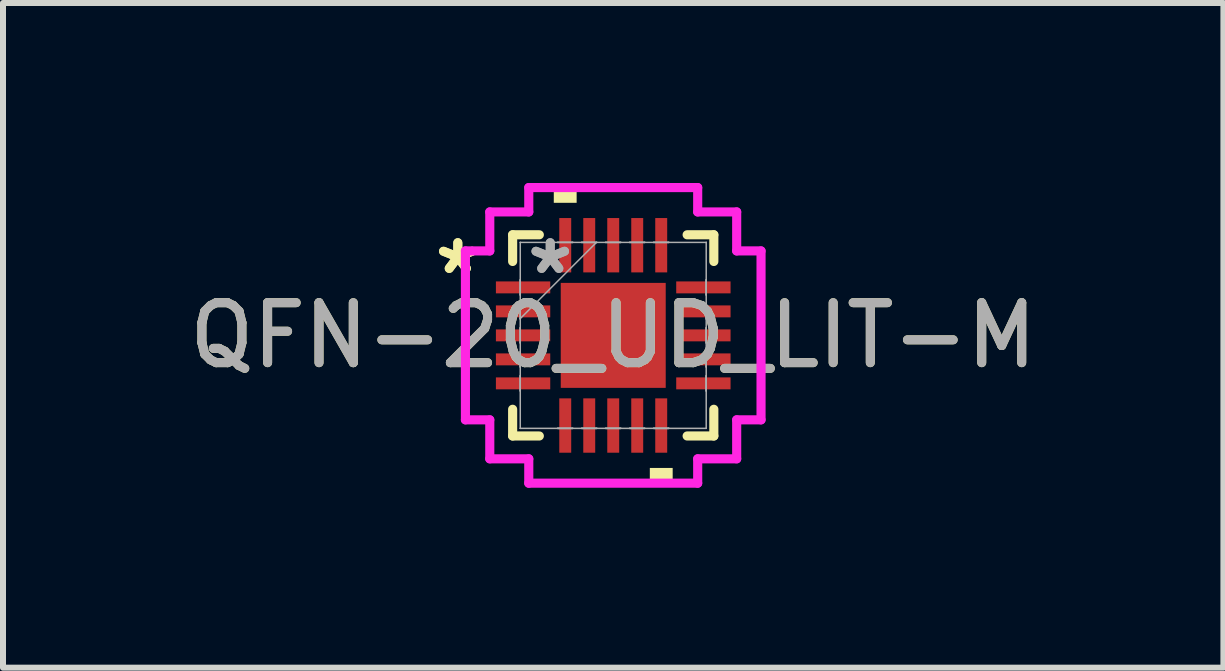
<source format=kicad_pcb>
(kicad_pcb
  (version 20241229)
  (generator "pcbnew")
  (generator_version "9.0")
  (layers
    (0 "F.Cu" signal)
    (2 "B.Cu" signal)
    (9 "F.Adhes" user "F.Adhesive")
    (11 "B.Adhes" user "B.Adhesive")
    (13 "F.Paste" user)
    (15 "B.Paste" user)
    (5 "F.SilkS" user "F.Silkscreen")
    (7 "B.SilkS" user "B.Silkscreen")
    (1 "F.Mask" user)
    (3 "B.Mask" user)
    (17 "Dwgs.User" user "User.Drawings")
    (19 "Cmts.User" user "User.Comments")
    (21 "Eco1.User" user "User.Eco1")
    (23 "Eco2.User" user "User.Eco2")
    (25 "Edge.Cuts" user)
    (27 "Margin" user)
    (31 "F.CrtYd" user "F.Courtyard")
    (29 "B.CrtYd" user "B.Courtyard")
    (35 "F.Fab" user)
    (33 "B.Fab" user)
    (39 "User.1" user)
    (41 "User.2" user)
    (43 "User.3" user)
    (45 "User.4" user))
  (footprint "QFN-20_UD_LIT-M"
    (layer "F.Cu")
    (at 7.173 2.541)
    (property "Reference" "QFN-20_UD_LIT-M" (at 0 0 0) (unlocked yes) (layer "F.SilkS") (effects (font (size 1 1) (thickness 0.15))))
    (attr smd)
    (fp_line (start -1.677 -1.677) (end -1.677 -1.232) (stroke (width 0.152) (type solid)) (layer "F.SilkS"))
    (fp_line (start -1.677 1.232) (end -1.677 1.677) (stroke (width 0.152) (type solid)) (layer "F.SilkS"))
    (fp_line (start -1.677 1.677) (end -1.232 1.677) (stroke (width 0.152) (type solid)) (layer "F.SilkS"))
    (fp_line (start -1.232 -1.677) (end -1.677 -1.677) (stroke (width 0.152) (type solid)) (layer "F.SilkS"))
    (fp_line (start 1.232 1.677) (end 1.677 1.677) (stroke (width 0.152) (type solid)) (layer "F.SilkS"))
    (fp_line (start 1.677 -1.677) (end 1.232 -1.677) (stroke (width 0.152) (type solid)) (layer "F.SilkS"))
    (fp_line (start 1.677 -1.232) (end 1.677 -1.677) (stroke (width 0.152) (type solid)) (layer "F.SilkS"))
    (fp_line (start 1.677 1.677) (end 1.677 1.232) (stroke (width 0.152) (type solid)) (layer "F.SilkS"))
    (fp_poly (pts (xy -0.991 -2.21) (xy -0.991 -2.464) (xy -0.61 -2.464) (xy -0.61 -2.21)) (stroke (width 0) (type solid)) (fill yes) (layer "F.SilkS"))
    (fp_poly (pts (xy 0.61 2.21) (xy 0.61 2.464) (xy 0.991 2.464) (xy 0.991 2.21)) (stroke (width 0) (type solid)) (fill yes) (layer "F.SilkS"))
    (fp_line (start -2.464 -1.408) (end -2.058 -1.408) (stroke (width 0.152) (type solid)) (layer "F.CrtYd"))
    (fp_line (start -2.464 1.408) (end -2.464 -1.408) (stroke (width 0.152) (type solid)) (layer "F.CrtYd"))
    (fp_line (start -2.058 -2.058) (end -1.408 -2.058) (stroke (width 0.152) (type solid)) (layer "F.CrtYd"))
    (fp_line (start -2.058 -1.408) (end -2.058 -2.058) (stroke (width 0.152) (type solid)) (layer "F.CrtYd"))
    (fp_line (start -2.058 1.408) (end -2.464 1.408) (stroke (width 0.152) (type solid)) (layer "F.CrtYd"))
    (fp_line (start -2.058 2.058) (end -2.058 1.408) (stroke (width 0.152) (type solid)) (layer "F.CrtYd"))
    (fp_line (start -1.408 -2.464) (end 1.408 -2.464) (stroke (width 0.152) (type solid)) (layer "F.CrtYd"))
    (fp_line (start -1.408 -2.058) (end -1.408 -2.464) (stroke (width 0.152) (type solid)) (layer "F.CrtYd"))
    (fp_line (start -1.408 2.058) (end -2.058 2.058) (stroke (width 0.152) (type solid)) (layer "F.CrtYd"))
    (fp_line (start -1.408 2.464) (end -1.408 2.058) (stroke (width 0.152) (type solid)) (layer "F.CrtYd"))
    (fp_line (start 1.408 -2.464) (end 1.408 -2.058) (stroke (width 0.152) (type solid)) (layer "F.CrtYd"))
    (fp_line (start 1.408 -2.058) (end 2.058 -2.058) (stroke (width 0.152) (type solid)) (layer "F.CrtYd"))
    (fp_line (start 1.408 2.058) (end 1.408 2.464) (stroke (width 0.152) (type solid)) (layer "F.CrtYd"))
    (fp_line (start 1.408 2.464) (end -1.408 2.464) (stroke (width 0.152) (type solid)) (layer "F.CrtYd"))
    (fp_line (start 2.058 -2.058) (end 2.058 -1.408) (stroke (width 0.152) (type solid)) (layer "F.CrtYd"))
    (fp_line (start 2.058 -1.408) (end 2.464 -1.408) (stroke (width 0.152) (type solid)) (layer "F.CrtYd"))
    (fp_line (start 2.058 1.408) (end 2.058 2.058) (stroke (width 0.152) (type solid)) (layer "F.CrtYd"))
    (fp_line (start 2.058 2.058) (end 1.408 2.058) (stroke (width 0.152) (type solid)) (layer "F.CrtYd"))
    (fp_line (start 2.464 -1.408) (end 2.464 1.408) (stroke (width 0.152) (type solid)) (layer "F.CrtYd"))
    (fp_line (start 2.464 1.408) (end 2.058 1.408) (stroke (width 0.152) (type solid)) (layer "F.CrtYd"))
    (fp_line (start -1.55 -1.55) (end -1.55 -1.55) (stroke (width 0.025) (type solid)) (layer "F.Fab"))
    (fp_line (start -1.55 -1.55) (end -1.55 1.55) (stroke (width 0.025) (type solid)) (layer "F.Fab"))
    (fp_line (start -1.55 -0.925) (end -1.55 -0.925) (stroke (width 0.025) (type solid)) (layer "F.Fab"))
    (fp_line (start -1.55 -0.925) (end -1.55 -0.675) (stroke (width 0.025) (type solid)) (layer "F.Fab"))
    (fp_line (start -1.55 -0.675) (end -1.55 -0.925) (stroke (width 0.025) (type solid)) (layer "F.Fab"))
    (fp_line (start -1.55 -0.675) (end -1.55 -0.675) (stroke (width 0.025) (type solid)) (layer "F.Fab"))
    (fp_line (start -1.55 -0.525) (end -1.55 -0.525) (stroke (width 0.025) (type solid)) (layer "F.Fab"))
    (fp_line (start -1.55 -0.525) (end -1.55 -0.275) (stroke (width 0.025) (type solid)) (layer "F.Fab"))
    (fp_line (start -1.55 -0.28) (end -0.28 -1.55) (stroke (width 0.025) (type solid)) (layer "F.Fab"))
    (fp_line (start -1.55 -0.275) (end -1.55 -0.525) (stroke (width 0.025) (type solid)) (layer "F.Fab"))
    (fp_line (start -1.55 -0.275) (end -1.55 -0.275) (stroke (width 0.025) (type solid)) (layer "F.Fab"))
    (fp_line (start -1.55 -0.125) (end -1.55 -0.125) (stroke (width 0.025) (type solid)) (layer "F.Fab"))
    (fp_line (start -1.55 -0.125) (end -1.55 0.125) (stroke (width 0.025) (type solid)) (layer "F.Fab"))
    (fp_line (start -1.55 0.125) (end -1.55 -0.125) (stroke (width 0.025) (type solid)) (layer "F.Fab"))
    (fp_line (start -1.55 0.125) (end -1.55 0.125) (stroke (width 0.025) (type solid)) (layer "F.Fab"))
    (fp_line (start -1.55 0.275) (end -1.55 0.275) (stroke (width 0.025) (type solid)) (layer "F.Fab"))
    (fp_line (start -1.55 0.275) (end -1.55 0.525) (stroke (width 0.025) (type solid)) (layer "F.Fab"))
    (fp_line (start -1.55 0.525) (end -1.55 0.275) (stroke (width 0.025) (type solid)) (layer "F.Fab"))
    (fp_line (start -1.55 0.525) (end -1.55 0.525) (stroke (width 0.025) (type solid)) (layer "F.Fab"))
    (fp_line (start -1.55 0.675) (end -1.55 0.675) (stroke (width 0.025) (type solid)) (layer "F.Fab"))
    (fp_line (start -1.55 0.675) (end -1.55 0.925) (stroke (width 0.025) (type solid)) (layer "F.Fab"))
    (fp_line (start -1.55 0.925) (end -1.55 0.675) (stroke (width 0.025) (type solid)) (layer "F.Fab"))
    (fp_line (start -1.55 0.925) (end -1.55 0.925) (stroke (width 0.025) (type solid)) (layer "F.Fab"))
    (fp_line (start -1.55 1.55) (end -1.55 1.55) (stroke (width 0.025) (type solid)) (layer "F.Fab"))
    (fp_line (start -1.55 1.55) (end 1.55 1.55) (stroke (width 0.025) (type solid)) (layer "F.Fab"))
    (fp_line (start -0.925 -1.55) (end -0.925 -1.55) (stroke (width 0.025) (type solid)) (layer "F.Fab"))
    (fp_line (start -0.925 -1.55) (end -0.675 -1.55) (stroke (width 0.025) (type solid)) (layer "F.Fab"))
    (fp_line (start -0.925 1.55) (end -0.925 1.55) (stroke (width 0.025) (type solid)) (layer "F.Fab"))
    (fp_line (start -0.925 1.55) (end -0.675 1.55) (stroke (width 0.025) (type solid)) (layer "F.Fab"))
    (fp_line (start -0.675 -1.55) (end -0.925 -1.55) (stroke (width 0.025) (type solid)) (layer "F.Fab"))
    (fp_line (start -0.675 -1.55) (end -0.675 -1.55) (stroke (width 0.025) (type solid)) (layer "F.Fab"))
    (fp_line (start -0.675 1.55) (end -0.925 1.55) (stroke (width 0.025) (type solid)) (layer "F.Fab"))
    (fp_line (start -0.675 1.55) (end -0.675 1.55) (stroke (width 0.025) (type solid)) (layer "F.Fab"))
    (fp_line (start -0.525 -1.55) (end -0.525 -1.55) (stroke (width 0.025) (type solid)) (layer "F.Fab"))
    (fp_line (start -0.525 -1.55) (end -0.275 -1.55) (stroke (width 0.025) (type solid)) (layer "F.Fab"))
    (fp_line (start -0.525 1.55) (end -0.525 1.55) (stroke (width 0.025) (type solid)) (layer "F.Fab"))
    (fp_line (start -0.525 1.55) (end -0.275 1.55) (stroke (width 0.025) (type solid)) (layer "F.Fab"))
    (fp_line (start -0.275 -1.55) (end -0.525 -1.55) (stroke (width 0.025) (type solid)) (layer "F.Fab"))
    (fp_line (start -0.275 -1.55) (end -0.275 -1.55) (stroke (width 0.025) (type solid)) (layer "F.Fab"))
    (fp_line (start -0.275 1.55) (end -0.525 1.55) (stroke (width 0.025) (type solid)) (layer "F.Fab"))
    (fp_line (start -0.275 1.55) (end -0.275 1.55) (stroke (width 0.025) (type solid)) (layer "F.Fab"))
    (fp_line (start -0.125 -1.55) (end -0.125 -1.55) (stroke (width 0.025) (type solid)) (layer "F.Fab"))
    (fp_line (start -0.125 -1.55) (end 0.125 -1.55) (stroke (width 0.025) (type solid)) (layer "F.Fab"))
    (fp_line (start -0.125 1.55) (end -0.125 1.55) (stroke (width 0.025) (type solid)) (layer "F.Fab"))
    (fp_line (start -0.125 1.55) (end 0.125 1.55) (stroke (width 0.025) (type solid)) (layer "F.Fab"))
    (fp_line (start 0.125 -1.55) (end -0.125 -1.55) (stroke (width 0.025) (type solid)) (layer "F.Fab"))
    (fp_line (start 0.125 -1.55) (end 0.125 -1.55) (stroke (width 0.025) (type solid)) (layer "F.Fab"))
    (fp_line (start 0.125 1.55) (end -0.125 1.55) (stroke (width 0.025) (type solid)) (layer "F.Fab"))
    (fp_line (start 0.125 1.55) (end 0.125 1.55) (stroke (width 0.025) (type solid)) (layer "F.Fab"))
    (fp_line (start 0.275 -1.55) (end 0.275 -1.55) (stroke (width 0.025) (type solid)) (layer "F.Fab"))
    (fp_line (start 0.275 -1.55) (end 0.525 -1.55) (stroke (width 0.025) (type solid)) (layer "F.Fab"))
    (fp_line (start 0.275 1.55) (end 0.275 1.55) (stroke (width 0.025) (type solid)) (layer "F.Fab"))
    (fp_line (start 0.275 1.55) (end 0.525 1.55) (stroke (width 0.025) (type solid)) (layer "F.Fab"))
    (fp_line (start 0.525 -1.55) (end 0.275 -1.55) (stroke (width 0.025) (type solid)) (layer "F.Fab"))
    (fp_line (start 0.525 -1.55) (end 0.525 -1.55) (stroke (width 0.025) (type solid)) (layer "F.Fab"))
    (fp_line (start 0.525 1.55) (end 0.275 1.55) (stroke (width 0.025) (type solid)) (layer "F.Fab"))
    (fp_line (start 0.525 1.55) (end 0.525 1.55) (stroke (width 0.025) (type solid)) (layer "F.Fab"))
    (fp_line (start 0.675 -1.55) (end 0.675 -1.55) (stroke (width 0.025) (type solid)) (layer "F.Fab"))
    (fp_line (start 0.675 -1.55) (end 0.925 -1.55) (stroke (width 0.025) (type solid)) (layer "F.Fab"))
    (fp_line (start 0.675 1.55) (end 0.675 1.55) (stroke (width 0.025) (type solid)) (layer "F.Fab"))
    (fp_line (start 0.675 1.55) (end 0.925 1.55) (stroke (width 0.025) (type solid)) (layer "F.Fab"))
    (fp_line (start 0.925 -1.55) (end 0.675 -1.55) (stroke (width 0.025) (type solid)) (layer "F.Fab"))
    (fp_line (start 0.925 -1.55) (end 0.925 -1.55) (stroke (width 0.025) (type solid)) (layer "F.Fab"))
    (fp_line (start 0.925 1.55) (end 0.675 1.55) (stroke (width 0.025) (type solid)) (layer "F.Fab"))
    (fp_line (start 0.925 1.55) (end 0.925 1.55) (stroke (width 0.025) (type solid)) (layer "F.Fab"))
    (fp_line (start 1.55 -1.55) (end -1.55 -1.55) (stroke (width 0.025) (type solid)) (layer "F.Fab"))
    (fp_line (start 1.55 -1.55) (end 1.55 -1.55) (stroke (width 0.025) (type solid)) (layer "F.Fab"))
    (fp_line (start 1.55 -0.925) (end 1.55 -0.925) (stroke (width 0.025) (type solid)) (layer "F.Fab"))
    (fp_line (start 1.55 -0.925) (end 1.55 -0.675) (stroke (width 0.025) (type solid)) (layer "F.Fab"))
    (fp_line (start 1.55 -0.675) (end 1.55 -0.925) (stroke (width 0.025) (type solid)) (layer "F.Fab"))
    (fp_line (start 1.55 -0.675) (end 1.55 -0.675) (stroke (width 0.025) (type solid)) (layer "F.Fab"))
    (fp_line (start 1.55 -0.525) (end 1.55 -0.525) (stroke (width 0.025) (type solid)) (layer "F.Fab"))
    (fp_line (start 1.55 -0.525) (end 1.55 -0.275) (stroke (width 0.025) (type solid)) (layer "F.Fab"))
    (fp_line (start 1.55 -0.275) (end 1.55 -0.525) (stroke (width 0.025) (type solid)) (layer "F.Fab"))
    (fp_line (start 1.55 -0.275) (end 1.55 -0.275) (stroke (width 0.025) (type solid)) (layer "F.Fab"))
    (fp_line (start 1.55 -0.125) (end 1.55 -0.125) (stroke (width 0.025) (type solid)) (layer "F.Fab"))
    (fp_line (start 1.55 -0.125) (end 1.55 0.125) (stroke (width 0.025) (type solid)) (layer "F.Fab"))
    (fp_line (start 1.55 0.125) (end 1.55 -0.125) (stroke (width 0.025) (type solid)) (layer "F.Fab"))
    (fp_line (start 1.55 0.125) (end 1.55 0.125) (stroke (width 0.025) (type solid)) (layer "F.Fab"))
    (fp_line (start 1.55 0.275) (end 1.55 0.275) (stroke (width 0.025) (type solid)) (layer "F.Fab"))
    (fp_line (start 1.55 0.275) (end 1.55 0.525) (stroke (width 0.025) (type solid)) (layer "F.Fab"))
    (fp_line (start 1.55 0.525) (end 1.55 0.275) (stroke (width 0.025) (type solid)) (layer "F.Fab"))
    (fp_line (start 1.55 0.525) (end 1.55 0.525) (stroke (width 0.025) (type solid)) (layer "F.Fab"))
    (fp_line (start 1.55 0.675) (end 1.55 0.675) (stroke (width 0.025) (type solid)) (layer "F.Fab"))
    (fp_line (start 1.55 0.675) (end 1.55 0.925) (stroke (width 0.025) (type solid)) (layer "F.Fab"))
    (fp_line (start 1.55 0.925) (end 1.55 0.675) (stroke (width 0.025) (type solid)) (layer "F.Fab"))
    (fp_line (start 1.55 0.925) (end 1.55 0.925) (stroke (width 0.025) (type solid)) (layer "F.Fab"))
    (fp_line (start 1.55 1.55) (end 1.55 -1.55) (stroke (width 0.025) (type solid)) (layer "F.Fab"))
    (fp_line (start 1.55 1.55) (end 1.55 1.55) (stroke (width 0.025) (type solid)) (layer "F.Fab"))
    (fp_text user "*" (at -2.591 -1 0) (layer "F.SilkS") (effects (font (size 1 1) (thickness 0.15))))
    (fp_text user "*" (at -2.591 -1 0) (unlocked yes) (layer "F.SilkS") (effects (font (size 1 1) (thickness 0.15))))
    (fp_text user "${REFERENCE}" (at 0 0 0) (unlocked yes) (layer "F.Fab") (effects (font (size 1 1) (thickness 0.15))))
    (fp_text user "*" (at -1.05 -1 0) (layer "F.Fab") (effects (font (size 1 1) (thickness 0.15))))
    (fp_text user "*" (at -1.05 -1 0) (unlocked yes) (layer "F.Fab") (effects (font (size 1 1) (thickness 0.15))))
    (pad "1" smd rect (at -1.503 -0.8 90) (size 0.199 0.906) (layers "F.Cu" "F.Mask" "F.Paste"))
    (pad "2" smd rect (at -1.503 -0.4 90) (size 0.199 0.906) (layers "F.Cu" "F.Mask" "F.Paste"))
    (pad "3" smd rect (at -1.503 0 90) (size 0.199 0.906) (layers "F.Cu" "F.Mask" "F.Paste"))
    (pad "4" smd rect (at -1.503 0.4 90) (size 0.199 0.906) (layers "F.Cu" "F.Mask" "F.Paste"))
    (pad "5" smd rect (at -1.503 0.8 90) (size 0.199 0.906) (layers "F.Cu" "F.Mask" "F.Paste"))
    (pad "6" smd rect (at -0.8 1.503) (size 0.199 0.906) (layers "F.Cu" "F.Mask" "F.Paste"))
    (pad "7" smd rect (at -0.4 1.503) (size 0.199 0.906) (layers "F.Cu" "F.Mask" "F.Paste"))
    (pad "8" smd rect (at 0 1.503) (size 0.199 0.906) (layers "F.Cu" "F.Mask" "F.Paste"))
    (pad "9" smd rect (at 0.4 1.503) (size 0.199 0.906) (layers "F.Cu" "F.Mask" "F.Paste"))
    (pad "10" smd rect (at 0.8 1.503) (size 0.199 0.906) (layers "F.Cu" "F.Mask" "F.Paste"))
    (pad "11" smd rect (at 1.503 0.8 90) (size 0.199 0.906) (layers "F.Cu" "F.Mask" "F.Paste"))
    (pad "12" smd rect (at 1.503 0.4 90) (size 0.199 0.906) (layers "F.Cu" "F.Mask" "F.Paste"))
    (pad "13" smd rect (at 1.503 0 90) (size 0.199 0.906) (layers "F.Cu" "F.Mask" "F.Paste"))
    (pad "14" smd rect (at 1.503 -0.4 90) (size 0.199 0.906) (layers "F.Cu" "F.Mask" "F.Paste"))
    (pad "15" smd rect (at 1.503 -0.8 90) (size 0.199 0.906) (layers "F.Cu" "F.Mask" "F.Paste"))
    (pad "16" smd rect (at 0.8 -1.503) (size 0.199 0.906) (layers "F.Cu" "F.Mask" "F.Paste"))
    (pad "17" smd rect (at 0.4 -1.503) (size 0.199 0.906) (layers "F.Cu" "F.Mask" "F.Paste"))
    (pad "18" smd rect (at 0 -1.503) (size 0.199 0.906) (layers "F.Cu" "F.Mask" "F.Paste"))
    (pad "19" smd rect (at -0.4 -1.503) (size 0.199 0.906) (layers "F.Cu" "F.Mask" "F.Paste"))
    (pad "20" smd rect (at -0.8 -1.503) (size 0.199 0.906) (layers "F.Cu" "F.Mask" "F.Paste"))
    (pad "21" smd rect (at 0 0) (size 1.75 1.75) (layers "F.Cu" "F.Mask" "F.Paste")))
  (gr_rect
    (start -3 -3)
    (end 17.345 8.081)
    (stroke (width 0.1) (type default))
    (fill no)
    (layer "Edge.Cuts")))
</source>
